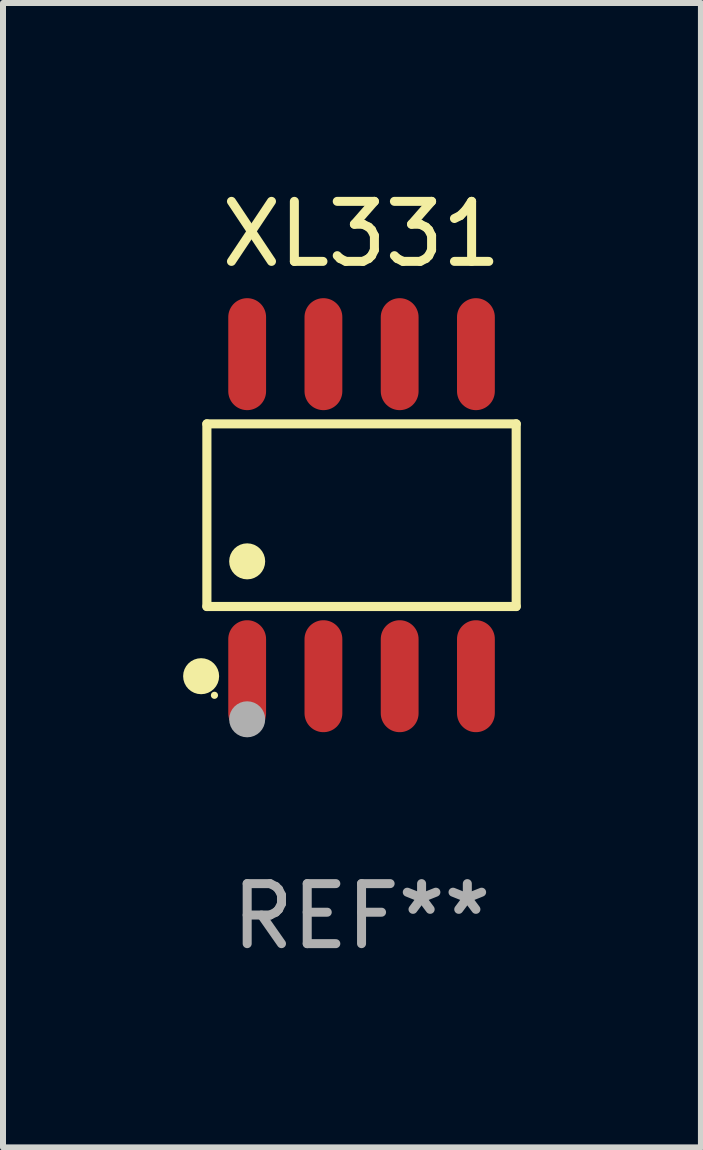
<source format=kicad_pcb>
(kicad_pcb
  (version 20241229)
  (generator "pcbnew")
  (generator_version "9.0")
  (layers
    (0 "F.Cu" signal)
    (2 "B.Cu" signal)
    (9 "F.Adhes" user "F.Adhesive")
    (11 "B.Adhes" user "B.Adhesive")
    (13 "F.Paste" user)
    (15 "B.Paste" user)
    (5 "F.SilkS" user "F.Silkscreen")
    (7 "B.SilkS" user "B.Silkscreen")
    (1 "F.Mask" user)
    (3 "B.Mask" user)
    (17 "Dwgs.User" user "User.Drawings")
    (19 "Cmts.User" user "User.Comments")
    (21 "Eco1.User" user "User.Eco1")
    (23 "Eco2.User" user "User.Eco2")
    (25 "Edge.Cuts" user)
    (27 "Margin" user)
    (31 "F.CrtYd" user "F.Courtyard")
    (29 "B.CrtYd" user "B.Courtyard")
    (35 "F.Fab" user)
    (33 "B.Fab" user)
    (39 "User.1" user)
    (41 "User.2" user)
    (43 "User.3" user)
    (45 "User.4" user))
  (footprint "XL331"
    (layer "F.Cu")
    (at 2.972 5.531)
    (property "Reference" "XL331" (at 0 -4.682 0) (layer "F.SilkS") (effects (font (size 1 1) (thickness 0.15))))
    (attr through_hole)
    (fp_line (start -2.576 -1.521) (end 2.576 -1.521) (stroke (width 0.152) (type solid)) (layer "F.SilkS"))
    (fp_line (start -2.576 1.521) (end -2.576 -1.521) (stroke (width 0.152) (type solid)) (layer "F.SilkS"))
    (fp_line (start 2.576 -1.521) (end 2.576 1.521) (stroke (width 0.152) (type solid)) (layer "F.SilkS"))
    (fp_line (start 2.576 1.521) (end -2.576 1.521) (stroke (width 0.152) (type solid)) (layer "F.SilkS"))
    (fp_circle (center -2.672 2.682) (end -2.522 2.682) (stroke (width 0.3) (type solid)) (fill no) (layer "F.SilkS"))
    (fp_circle (center -2.45 3) (end -2.42 3) (stroke (width 0.06) (type solid)) (fill no) (layer "F.SilkS"))
    (fp_circle (center -1.905 0.769) (end -1.755 0.769) (stroke (width 0.3) (type solid)) (fill no) (layer "F.SilkS"))
    (fp_circle (center -1.905 3.4) (end -1.755 3.4) (stroke (width 0.3) (type solid)) (fill no) (layer "F.Fab"))
    (fp_text user "REF**" (at 0 6.682 0) (layer "F.Fab") (effects (font (size 1 1) (thickness 0.15))))
    (pad "1" smd oval (at -1.905 2.682) (size 0.63 1.865) (layers "F.Cu" "F.Mask" "F.Paste"))
    (pad "2" smd oval (at -0.635 2.682) (size 0.63 1.865) (layers "F.Cu" "F.Mask" "F.Paste"))
    (pad "3" smd oval (at 0.635 2.682) (size 0.63 1.865) (layers "F.Cu" "F.Mask" "F.Paste"))
    (pad "4" smd oval (at 1.905 2.682) (size 0.63 1.865) (layers "F.Cu" "F.Mask" "F.Paste"))
    (pad "5" smd oval (at 1.905 -2.682) (size 0.63 1.865) (layers "F.Cu" "F.Mask" "F.Paste"))
    (pad "6" smd oval (at 0.635 -2.682) (size 0.63 1.865) (layers "F.Cu" "F.Mask" "F.Paste"))
    (pad "7" smd oval (at -0.635 -2.682) (size 0.63 1.865) (layers "F.Cu" "F.Mask" "F.Paste"))
    (pad "8" smd oval (at -1.905 -2.682) (size 0.63 1.865) (layers "F.Cu" "F.Mask" "F.Paste")))
  (gr_rect
    (start -3 -3)
    (end 8.625 16.061)
    (stroke (width 0.1) (type default))
    (fill no)
    (layer "Edge.Cuts")))
</source>
